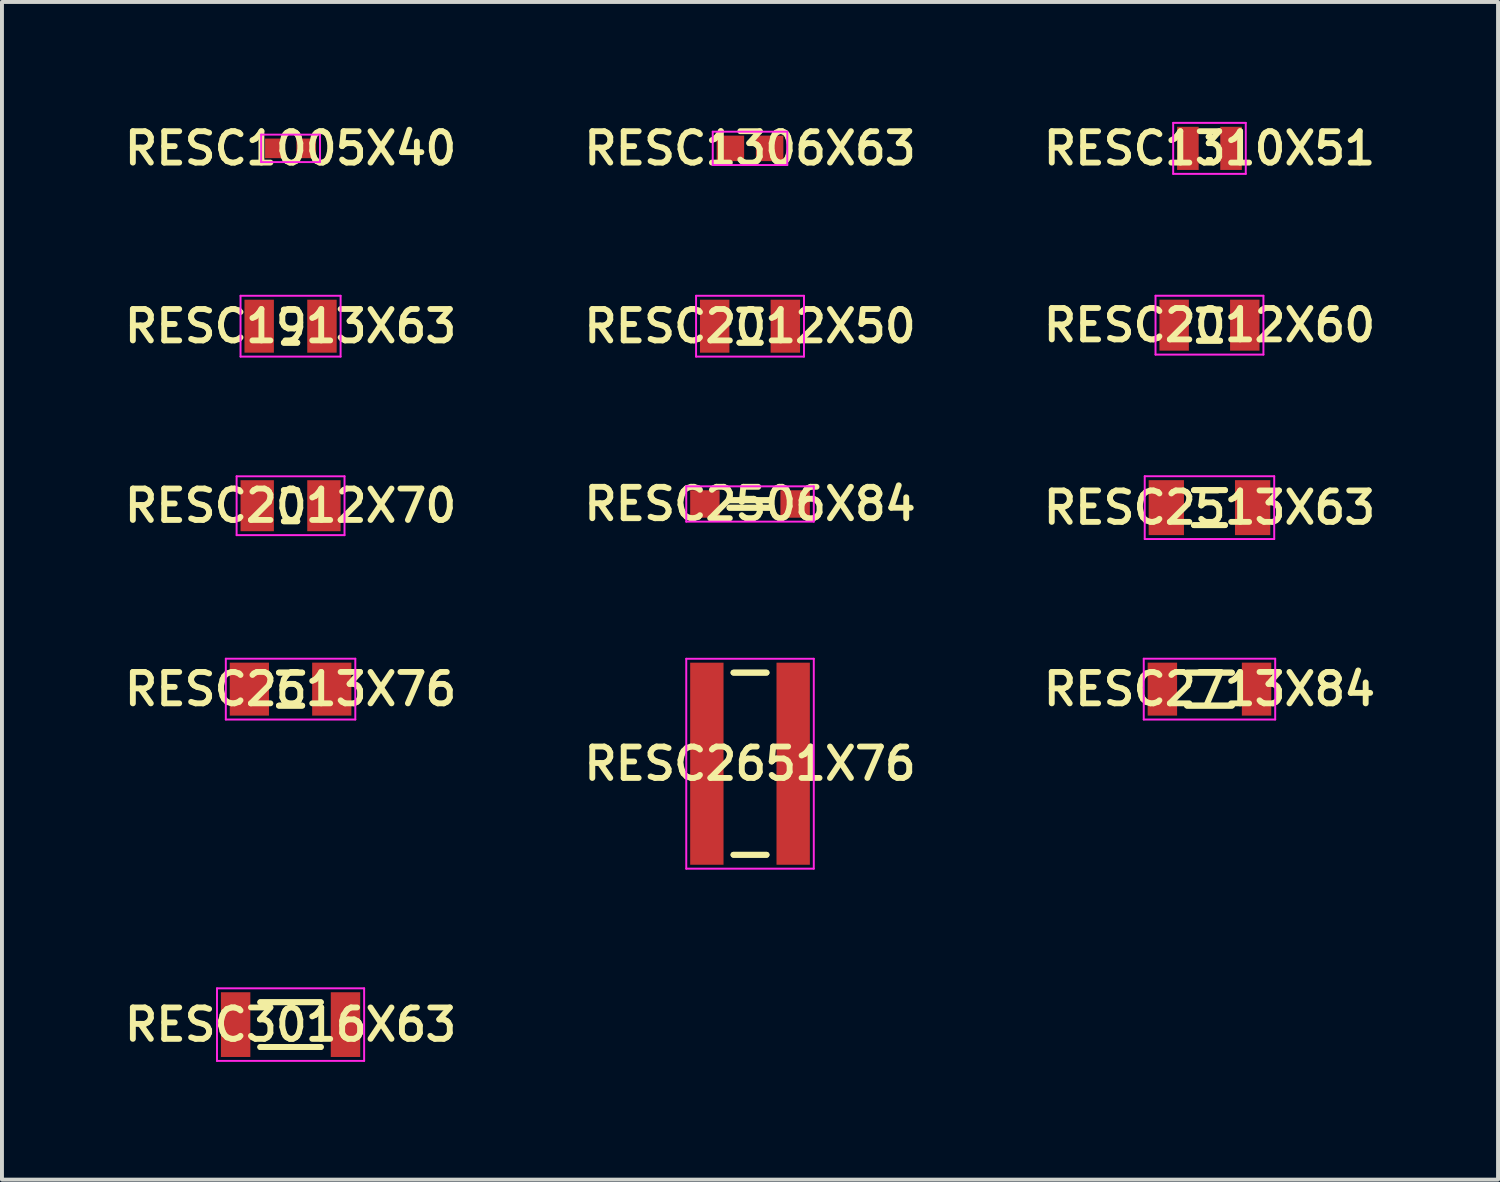
<source format=kicad_pcb>
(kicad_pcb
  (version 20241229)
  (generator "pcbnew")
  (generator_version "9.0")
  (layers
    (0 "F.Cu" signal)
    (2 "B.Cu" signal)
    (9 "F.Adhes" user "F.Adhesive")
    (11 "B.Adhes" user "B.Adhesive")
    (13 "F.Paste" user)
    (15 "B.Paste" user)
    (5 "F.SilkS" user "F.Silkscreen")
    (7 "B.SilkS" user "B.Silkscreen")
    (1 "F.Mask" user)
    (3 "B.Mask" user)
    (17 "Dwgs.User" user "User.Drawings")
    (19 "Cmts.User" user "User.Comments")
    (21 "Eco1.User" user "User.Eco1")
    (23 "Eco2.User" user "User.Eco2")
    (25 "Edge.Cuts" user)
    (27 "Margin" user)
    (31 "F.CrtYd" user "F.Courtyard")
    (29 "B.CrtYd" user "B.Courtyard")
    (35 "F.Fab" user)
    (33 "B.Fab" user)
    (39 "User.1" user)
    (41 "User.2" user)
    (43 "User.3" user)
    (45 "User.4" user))
  (footprint "RESC2012X60"
    (layer "F.Cu")
    (at 27.773 5.237)
    (property "Reference" "RESC2012X60" (at 0 0 0) (layer "F.SilkS") (effects (font (size 0.8 0.8) (thickness 0.15))))
    (attr smd)
    (fp_line (start -0.271 -0.396) (end 0.271 -0.396) (stroke (width 0.15) (type solid)) (layer "F.SilkS"))
    (fp_line (start -0.271 0.396) (end 0.271 0.396) (stroke (width 0.15) (type solid)) (layer "F.SilkS"))
    (fp_line (start 0.271 -0.396) (end -0.271 -0.396) (stroke (width 0.15) (type solid)) (layer "F.SilkS"))
    (fp_line (start 0.271 0.396) (end -0.271 0.396) (stroke (width 0.15) (type solid)) (layer "F.SilkS"))
    (fp_line (start -1.375 -0.75) (end 1.375 -0.75) (stroke (width 0.05) (type solid)) (layer "F.CrtYd"))
    (fp_line (start -1.375 0.75) (end -1.375 -0.75) (stroke (width 0.05) (type solid)) (layer "F.CrtYd"))
    (fp_line (start 1.375 -0.75) (end 1.375 0.75) (stroke (width 0.05) (type solid)) (layer "F.CrtYd"))
    (fp_line (start 1.375 0.75) (end -1.375 0.75) (stroke (width 0.05) (type solid)) (layer "F.CrtYd"))
    (pad "1" smd rect (at -0.9 0) (size 0.75 1.3) (layers "F.Cu" "F.Mask" "F.Paste"))
    (pad "2" smd rect (at 0.9 0) (size 0.75 1.3) (layers "F.Cu" "F.Mask" "F.Paste")))
  (footprint "RESC2713X84"
    (layer "F.Cu")
    (at 27.773 14.512)
    (property "Reference" "RESC2713X84" (at 0 0 0) (layer "F.SilkS") (effects (font (size 0.8 0.8) (thickness 0.15))))
    (attr smd)
    (fp_line (start -0.571 -0.421) (end 0.571 -0.421) (stroke (width 0.15) (type solid)) (layer "F.SilkS"))
    (fp_line (start -0.571 0.421) (end 0.571 0.421) (stroke (width 0.15) (type solid)) (layer "F.SilkS"))
    (fp_line (start 0.571 -0.421) (end -0.571 -0.421) (stroke (width 0.15) (type solid)) (layer "F.SilkS"))
    (fp_line (start 0.571 0.421) (end -0.571 0.421) (stroke (width 0.15) (type solid)) (layer "F.SilkS"))
    (fp_line (start -1.675 -0.775) (end 1.675 -0.775) (stroke (width 0.05) (type solid)) (layer "F.CrtYd"))
    (fp_line (start -1.675 0.775) (end -1.675 -0.775) (stroke (width 0.05) (type solid)) (layer "F.CrtYd"))
    (fp_line (start 1.675 -0.775) (end 1.675 0.775) (stroke (width 0.05) (type solid)) (layer "F.CrtYd"))
    (fp_line (start 1.675 0.775) (end -1.675 0.775) (stroke (width 0.05) (type solid)) (layer "F.CrtYd"))
    (pad "1" smd rect (at -1.2 0) (size 0.75 1.35) (layers "F.Cu" "F.Mask" "F.Paste"))
    (pad "2" smd rect (at 1.2 0) (size 0.75 1.35) (layers "F.Cu" "F.Mask" "F.Paste")))
  (footprint "RESC3016X63"
    (layer "F.Cu")
    (at 4.355 23.062)
    (property "Reference" "RESC3016X63" (at 0 0 0) (layer "F.SilkS") (effects (font (size 0.8 0.8) (thickness 0.15))))
    (attr smd)
    (fp_line (start -0.771 -0.571) (end 0.771 -0.571) (stroke (width 0.15) (type solid)) (layer "F.SilkS"))
    (fp_line (start -0.771 0.571) (end 0.771 0.571) (stroke (width 0.15) (type solid)) (layer "F.SilkS"))
    (fp_line (start 0.771 -0.571) (end -0.771 -0.571) (stroke (width 0.15) (type solid)) (layer "F.SilkS"))
    (fp_line (start 0.771 0.571) (end -0.771 0.571) (stroke (width 0.15) (type solid)) (layer "F.SilkS"))
    (fp_line (start -1.875 -0.925) (end 1.875 -0.925) (stroke (width 0.05) (type solid)) (layer "F.CrtYd"))
    (fp_line (start -1.875 0.925) (end -1.875 -0.925) (stroke (width 0.05) (type solid)) (layer "F.CrtYd"))
    (fp_line (start 1.875 -0.925) (end 1.875 0.925) (stroke (width 0.05) (type solid)) (layer "F.CrtYd"))
    (fp_line (start 1.875 0.925) (end -1.875 0.925) (stroke (width 0.05) (type solid)) (layer "F.CrtYd"))
    (pad "1" smd rect (at -1.4 0) (size 0.75 1.65) (layers "F.Cu" "F.Mask" "F.Paste"))
    (pad "2" smd rect (at 1.4 0) (size 0.75 1.65) (layers "F.Cu" "F.Mask" "F.Paste")))
  (footprint "RESC1005X40"
    (layer "F.Cu")
    (at 4.355 0.731)
    (property "Reference" "RESC1005X40" (at 0 0 0) (layer "F.SilkS") (effects (font (size 0.8 0.8) (thickness 0.15))))
    (attr smd)
    (fp_line (start -0.75 -0.35) (end 0.75 -0.35) (stroke (width 0.05) (type solid)) (layer "F.CrtYd"))
    (fp_line (start -0.75 0.35) (end -0.75 -0.35) (stroke (width 0.05) (type solid)) (layer "F.CrtYd"))
    (fp_line (start 0.75 -0.35) (end 0.75 0.35) (stroke (width 0.05) (type solid)) (layer "F.CrtYd"))
    (fp_line (start 0.75 0.35) (end -0.75 0.35) (stroke (width 0.05) (type solid)) (layer "F.CrtYd"))
    (pad "1" smd rect (at -0.4 0) (size 0.5 0.5) (layers "F.Cu" "F.Mask" "F.Paste"))
    (pad "2" smd rect (at 0.4 0) (size 0.5 0.5) (layers "F.Cu" "F.Mask" "F.Paste")))
  (footprint "RESC2012X50"
    (layer "F.Cu")
    (at 16.064 5.263)
    (property "Reference" "RESC2012X50" (at 0 0 0) (layer "F.SilkS") (effects (font (size 0.8 0.8) (thickness 0.15))))
    (attr smd)
    (fp_line (start -0.271 -0.421) (end 0.271 -0.421) (stroke (width 0.15) (type solid)) (layer "F.SilkS"))
    (fp_line (start -0.271 0.421) (end 0.271 0.421) (stroke (width 0.15) (type solid)) (layer "F.SilkS"))
    (fp_line (start 0.271 -0.421) (end -0.271 -0.421) (stroke (width 0.15) (type solid)) (layer "F.SilkS"))
    (fp_line (start 0.271 0.421) (end -0.271 0.421) (stroke (width 0.15) (type solid)) (layer "F.SilkS"))
    (fp_line (start -1.375 -0.775) (end 1.375 -0.775) (stroke (width 0.05) (type solid)) (layer "F.CrtYd"))
    (fp_line (start -1.375 0.775) (end -1.375 -0.775) (stroke (width 0.05) (type solid)) (layer "F.CrtYd"))
    (fp_line (start 1.375 -0.775) (end 1.375 0.775) (stroke (width 0.05) (type solid)) (layer "F.CrtYd"))
    (fp_line (start 1.375 0.775) (end -1.375 0.775) (stroke (width 0.05) (type solid)) (layer "F.CrtYd"))
    (pad "1" smd rect (at -0.9 0) (size 0.75 1.35) (layers "F.Cu" "F.Mask" "F.Paste"))
    (pad "2" smd rect (at 0.9 0) (size 0.75 1.35) (layers "F.Cu" "F.Mask" "F.Paste")))
  (footprint "RESC1913X63"
    (layer "F.Cu")
    (at 4.355 5.263)
    (property "Reference" "RESC1913X63" (at 0 0 0) (layer "F.SilkS") (effects (font (size 0.8 0.8) (thickness 0.15))))
    (attr smd)
    (fp_line (start -0.171 -0.421) (end 0.171 -0.421) (stroke (width 0.15) (type solid)) (layer "F.SilkS"))
    (fp_line (start -0.171 0.421) (end 0.171 0.421) (stroke (width 0.15) (type solid)) (layer "F.SilkS"))
    (fp_line (start 0.171 -0.421) (end -0.171 -0.421) (stroke (width 0.15) (type solid)) (layer "F.SilkS"))
    (fp_line (start 0.171 0.421) (end -0.171 0.421) (stroke (width 0.15) (type solid)) (layer "F.SilkS"))
    (fp_line (start -1.275 -0.775) (end 1.275 -0.775) (stroke (width 0.05) (type solid)) (layer "F.CrtYd"))
    (fp_line (start -1.275 0.775) (end -1.275 -0.775) (stroke (width 0.05) (type solid)) (layer "F.CrtYd"))
    (fp_line (start 1.275 -0.775) (end 1.275 0.775) (stroke (width 0.05) (type solid)) (layer "F.CrtYd"))
    (fp_line (start 1.275 0.775) (end -1.275 0.775) (stroke (width 0.05) (type solid)) (layer "F.CrtYd"))
    (pad "1" smd rect (at -0.8 0) (size 0.75 1.35) (layers "F.Cu" "F.Mask" "F.Paste"))
    (pad "2" smd rect (at 0.8 0) (size 0.75 1.35) (layers "F.Cu" "F.Mask" "F.Paste")))
  (footprint "RESC1310X51"
    (layer "F.Cu")
    (at 27.773 0.731)
    (property "Reference" "RESC1310X51" (at 0 0 0) (layer "F.SilkS") (effects (font (size 0.8 0.8) (thickness 0.15))))
    (attr smd)
    (fp_line (start -0.021 -0.296) (end 0.021 -0.296) (stroke (width 0.15) (type solid)) (layer "F.SilkS"))
    (fp_line (start -0.021 0.296) (end 0.021 0.296) (stroke (width 0.15) (type solid)) (layer "F.SilkS"))
    (fp_line (start 0.021 -0.296) (end -0.021 -0.296) (stroke (width 0.15) (type solid)) (layer "F.SilkS"))
    (fp_line (start 0.021 0.296) (end -0.021 0.296) (stroke (width 0.15) (type solid)) (layer "F.SilkS"))
    (fp_line (start -0.925 -0.65) (end 0.925 -0.65) (stroke (width 0.05) (type solid)) (layer "F.CrtYd"))
    (fp_line (start -0.925 0.65) (end -0.925 -0.65) (stroke (width 0.05) (type solid)) (layer "F.CrtYd"))
    (fp_line (start 0.925 -0.65) (end 0.925 0.65) (stroke (width 0.05) (type solid)) (layer "F.CrtYd"))
    (fp_line (start 0.925 0.65) (end -0.925 0.65) (stroke (width 0.05) (type solid)) (layer "F.CrtYd"))
    (pad "1" smd rect (at -0.55 0) (size 0.55 1.1) (layers "F.Cu" "F.Mask" "F.Paste"))
    (pad "2" smd rect (at 0.55 0) (size 0.55 1.1) (layers "F.Cu" "F.Mask" "F.Paste")))
  (footprint "RESC2012X70"
    (layer "F.Cu")
    (at 4.355 9.838)
    (property "Reference" "RESC2012X70" (at 0 0 0) (layer "F.SilkS") (effects (font (size 0.8 0.8) (thickness 0.15))))
    (attr smd)
    (fp_line (start -0.171 -0.396) (end 0.171 -0.396) (stroke (width 0.15) (type solid)) (layer "F.SilkS"))
    (fp_line (start -0.171 0.396) (end 0.171 0.396) (stroke (width 0.15) (type solid)) (layer "F.SilkS"))
    (fp_line (start 0.171 -0.396) (end -0.171 -0.396) (stroke (width 0.15) (type solid)) (layer "F.SilkS"))
    (fp_line (start 0.171 0.396) (end -0.171 0.396) (stroke (width 0.15) (type solid)) (layer "F.SilkS"))
    (fp_line (start -1.375 -0.75) (end 1.375 -0.75) (stroke (width 0.05) (type solid)) (layer "F.CrtYd"))
    (fp_line (start -1.375 0.75) (end -1.375 -0.75) (stroke (width 0.05) (type solid)) (layer "F.CrtYd"))
    (fp_line (start 1.375 -0.75) (end 1.375 0.75) (stroke (width 0.05) (type solid)) (layer "F.CrtYd"))
    (fp_line (start 1.375 0.75) (end -1.375 0.75) (stroke (width 0.05) (type solid)) (layer "F.CrtYd"))
    (pad "1" smd rect (at -0.85 0) (size 0.85 1.3) (layers "F.Cu" "F.Mask" "F.Paste"))
    (pad "2" smd rect (at 0.85 0) (size 0.85 1.3) (layers "F.Cu" "F.Mask" "F.Paste")))
  (footprint "RESC1306X63"
    (layer "F.Cu")
    (at 16.064 0.731)
    (property "Reference" "RESC1306X63" (at 0 0 0) (layer "F.SilkS") (effects (font (size 0.8 0.8) (thickness 0.15))))
    (attr smd)
    (fp_line (start -0.95 -0.425) (end 0.95 -0.425) (stroke (width 0.05) (type solid)) (layer "F.CrtYd"))
    (fp_line (start -0.95 0.425) (end -0.95 -0.425) (stroke (width 0.05) (type solid)) (layer "F.CrtYd"))
    (fp_line (start 0.95 -0.425) (end 0.95 0.425) (stroke (width 0.05) (type solid)) (layer "F.CrtYd"))
    (fp_line (start 0.95 0.425) (end -0.95 0.425) (stroke (width 0.05) (type solid)) (layer "F.CrtYd"))
    (pad "1" smd rect (at -0.5 0) (size 0.7 0.65) (layers "F.Cu" "F.Mask" "F.Paste"))
    (pad "2" smd rect (at 0.5 0) (size 0.7 0.65) (layers "F.Cu" "F.Mask" "F.Paste")))
  (footprint "RESC2506X84"
    (layer "F.Cu")
    (at 16.064 9.794)
    (property "Reference" "RESC2506X84" (at 0 0 0) (layer "F.SilkS") (effects (font (size 0.8 0.8) (thickness 0.15))))
    (attr smd)
    (fp_line (start -0.521 -0.096) (end 0.521 -0.096) (stroke (width 0.15) (type solid)) (layer "F.SilkS"))
    (fp_line (start -0.521 0.096) (end 0.521 0.096) (stroke (width 0.15) (type solid)) (layer "F.SilkS"))
    (fp_line (start 0.521 -0.096) (end -0.521 -0.096) (stroke (width 0.15) (type solid)) (layer "F.SilkS"))
    (fp_line (start 0.521 0.096) (end -0.521 0.096) (stroke (width 0.15) (type solid)) (layer "F.SilkS"))
    (fp_line (start -1.625 -0.45) (end 1.625 -0.45) (stroke (width 0.05) (type solid)) (layer "F.CrtYd"))
    (fp_line (start -1.625 0.45) (end -1.625 -0.45) (stroke (width 0.05) (type solid)) (layer "F.CrtYd"))
    (fp_line (start 1.625 -0.45) (end 1.625 0.45) (stroke (width 0.05) (type solid)) (layer "F.CrtYd"))
    (fp_line (start 1.625 0.45) (end -1.625 0.45) (stroke (width 0.05) (type solid)) (layer "F.CrtYd"))
    (pad "1" smd rect (at -1.15 0) (size 0.75 0.7) (layers "F.Cu" "F.Mask" "F.Paste"))
    (pad "2" smd rect (at 1.15 0) (size 0.75 0.7) (layers "F.Cu" "F.Mask" "F.Paste")))
  (footprint "RESC2651X76"
    (layer "F.Cu")
    (at 16.064 16.413)
    (property "Reference" "RESC2651X76" (at 0 0 0) (layer "F.SilkS") (effects (font (size 0.8 0.8) (thickness 0.15))))
    (attr smd)
    (fp_line (start -0.421 -2.321) (end 0.421 -2.321) (stroke (width 0.15) (type solid)) (layer "F.SilkS"))
    (fp_line (start -0.421 2.321) (end 0.421 2.321) (stroke (width 0.15) (type solid)) (layer "F.SilkS"))
    (fp_line (start 0.421 -2.321) (end -0.421 -2.321) (stroke (width 0.15) (type solid)) (layer "F.SilkS"))
    (fp_line (start 0.421 2.321) (end -0.421 2.321) (stroke (width 0.15) (type solid)) (layer "F.SilkS"))
    (fp_line (start -1.625 -2.675) (end 1.625 -2.675) (stroke (width 0.05) (type solid)) (layer "F.CrtYd"))
    (fp_line (start -1.625 2.675) (end -1.625 -2.675) (stroke (width 0.05) (type solid)) (layer "F.CrtYd"))
    (fp_line (start 1.625 -2.675) (end 1.625 2.675) (stroke (width 0.05) (type solid)) (layer "F.CrtYd"))
    (fp_line (start 1.625 2.675) (end -1.625 2.675) (stroke (width 0.05) (type solid)) (layer "F.CrtYd"))
    (pad "1" smd rect (at -1.1 0) (size 0.85 5.15) (layers "F.Cu" "F.Mask" "F.Paste"))
    (pad "2" smd rect (at 1.1 0) (size 0.85 5.15) (layers "F.Cu" "F.Mask" "F.Paste")))
  (footprint "RESC2613X76"
    (layer "F.Cu")
    (at 4.355 14.512)
    (property "Reference" "RESC2613X76" (at 0 0 0) (layer "F.SilkS") (effects (font (size 0.8 0.8) (thickness 0.15))))
    (attr smd)
    (fp_line (start -0.296 -0.421) (end 0.296 -0.421) (stroke (width 0.15) (type solid)) (layer "F.SilkS"))
    (fp_line (start -0.296 0.421) (end 0.296 0.421) (stroke (width 0.15) (type solid)) (layer "F.SilkS"))
    (fp_line (start 0.296 -0.421) (end -0.296 -0.421) (stroke (width 0.15) (type solid)) (layer "F.SilkS"))
    (fp_line (start 0.296 0.421) (end -0.296 0.421) (stroke (width 0.15) (type solid)) (layer "F.SilkS"))
    (fp_line (start -1.65 -0.775) (end 1.65 -0.775) (stroke (width 0.05) (type solid)) (layer "F.CrtYd"))
    (fp_line (start -1.65 0.775) (end -1.65 -0.775) (stroke (width 0.05) (type solid)) (layer "F.CrtYd"))
    (fp_line (start 1.65 -0.775) (end 1.65 0.775) (stroke (width 0.05) (type solid)) (layer "F.CrtYd"))
    (fp_line (start 1.65 0.775) (end -1.65 0.775) (stroke (width 0.05) (type solid)) (layer "F.CrtYd"))
    (pad "1" smd rect (at -1.05 0) (size 1 1.35) (layers "F.Cu" "F.Mask" "F.Paste"))
    (pad "2" smd rect (at 1.05 0) (size 1 1.35) (layers "F.Cu" "F.Mask" "F.Paste")))
  (footprint "RESC2513X63"
    (layer "F.Cu")
    (at 27.773 9.887)
    (property "Reference" "RESC2513X63" (at 0 0 0) (layer "F.SilkS") (effects (font (size 0.8 0.8) (thickness 0.15))))
    (attr smd)
    (fp_line (start -0.396 -0.446) (end 0.396 -0.446) (stroke (width 0.15) (type solid)) (layer "F.SilkS"))
    (fp_line (start -0.396 0.446) (end 0.396 0.446) (stroke (width 0.15) (type solid)) (layer "F.SilkS"))
    (fp_line (start 0.396 -0.446) (end -0.396 -0.446) (stroke (width 0.15) (type solid)) (layer "F.SilkS"))
    (fp_line (start 0.396 0.446) (end -0.396 0.446) (stroke (width 0.15) (type solid)) (layer "F.SilkS"))
    (fp_line (start -1.65 -0.8) (end 1.65 -0.8) (stroke (width 0.05) (type solid)) (layer "F.CrtYd"))
    (fp_line (start -1.65 0.8) (end -1.65 -0.8) (stroke (width 0.05) (type solid)) (layer "F.CrtYd"))
    (fp_line (start 1.65 -0.8) (end 1.65 0.8) (stroke (width 0.05) (type solid)) (layer "F.CrtYd"))
    (fp_line (start 1.65 0.8) (end -1.65 0.8) (stroke (width 0.05) (type solid)) (layer "F.CrtYd"))
    (pad "1" smd rect (at -1.1 0) (size 0.9 1.4) (layers "F.Cu" "F.Mask" "F.Paste"))
    (pad "2" smd rect (at 1.1 0) (size 0.9 1.4) (layers "F.Cu" "F.Mask" "F.Paste")))
  (gr_rect
    (start -3 -3)
    (end 35.127 27.012)
    (stroke (width 0.1) (type default))
    (fill no)
    (layer "Edge.Cuts")))
</source>
